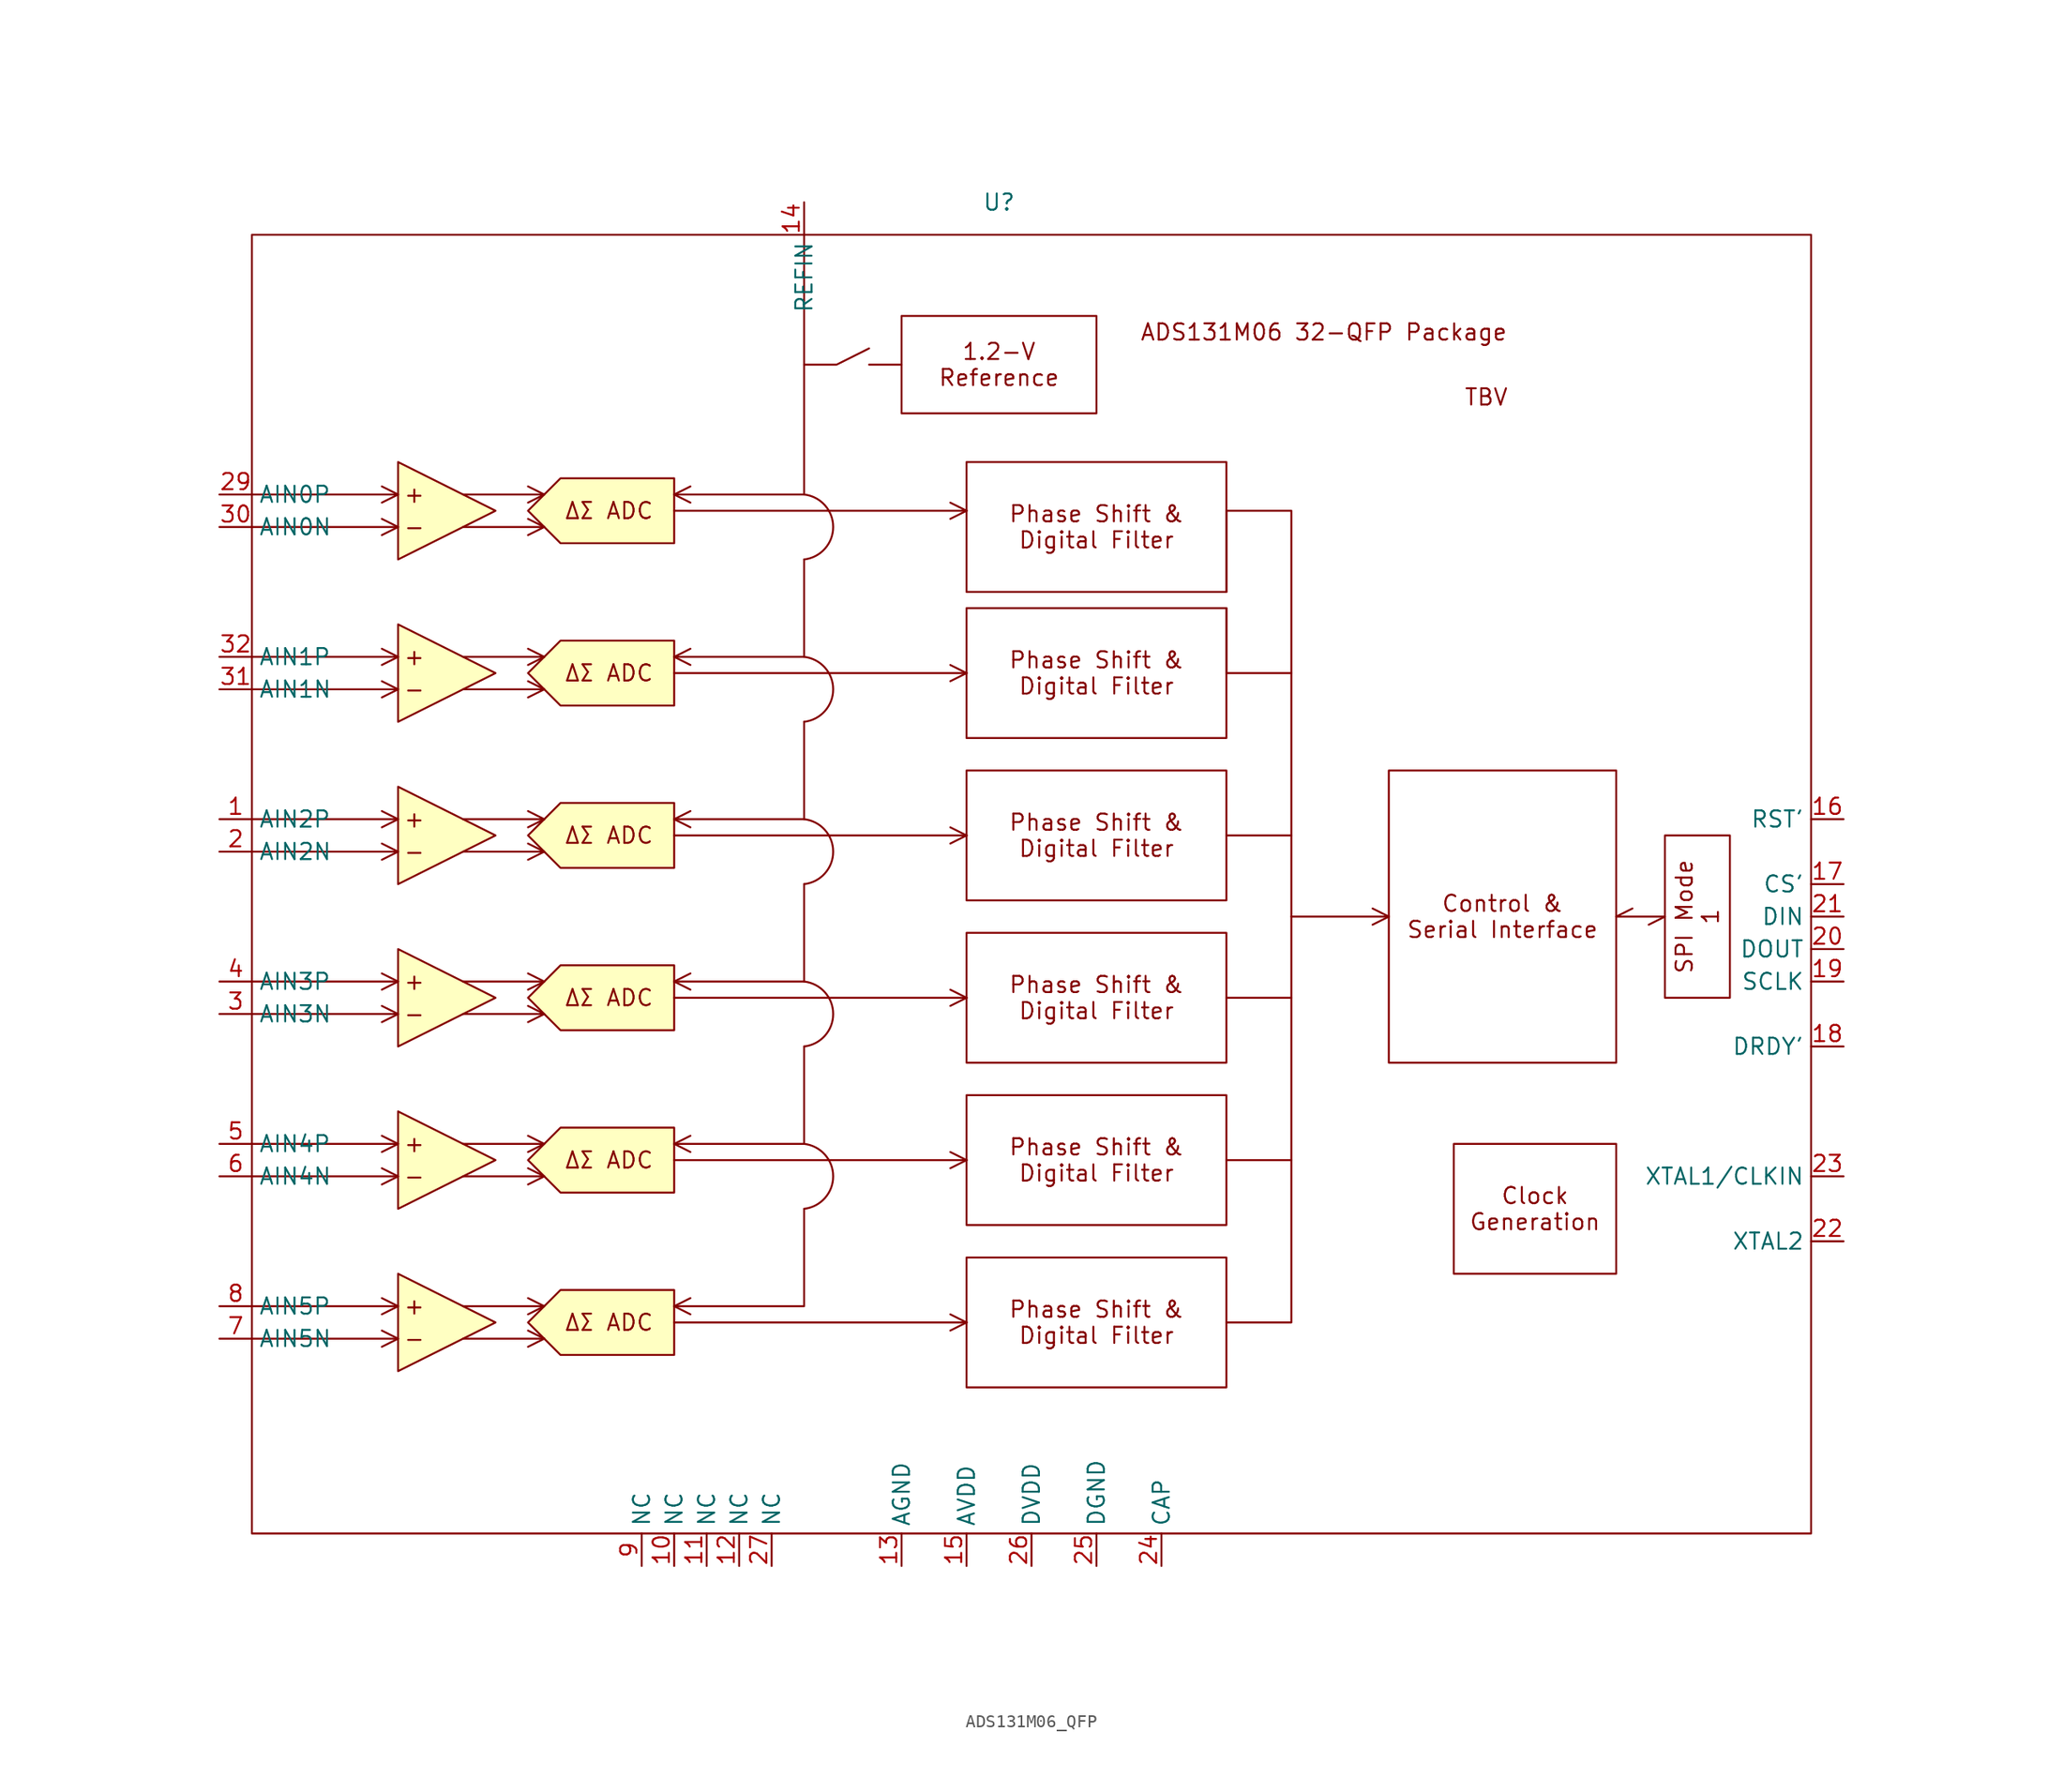
<source format=kicad_sym>
(kicad_symbol_lib
  (version 20220914)
  (generator kicad_symbol_editor)
  (symbol "ADS131M06_QFP"
    (property "Reference" "U"
      (at 30.48 30.48 0)
      (effects (font (size 1.27 1.27))))
    (property "Value" ""
      (at 91.44 -27.94 0)
      (effects (font (size 1.27 1.27))))
    (symbol "ADS131M06_QFP_0_1"
      (polyline (pts (xy 20.32 17.78) (xy 22.86 17.78)) (stroke (width 0) (type default)) (fill (type none)))
      (polyline (pts (xy 15.24 17.78) (xy 17.78 17.78) (xy 20.32 19.05)) (stroke (width 0) (type default)) (fill (type none))))
    (symbol "ADS131M06_QFP_1_1"
      (rectangle (start -27.94 27.94) (end 93.98 -73.66) (stroke (width 0) (type default)) (fill (type none)))
      (polyline (pts (xy -27.94 -58.42) (xy -16.51 -58.42)) (stroke (width 0) (type default)) (fill (type none)))
      (polyline (pts (xy -27.94 -55.88) (xy -16.51 -55.88)) (stroke (width 0) (type default)) (fill (type none)))
      (polyline (pts (xy -27.94 -45.72) (xy -16.51 -45.72)) (stroke (width 0) (type default)) (fill (type none)))
      (polyline (pts (xy -27.94 -43.18) (xy -16.51 -43.18)) (stroke (width 0) (type default)) (fill (type none)))
      (polyline (pts (xy -27.94 -33.02) (xy -16.51 -33.02)) (stroke (width 0) (type default)) (fill (type none)))
      (polyline (pts (xy -27.94 -30.48) (xy -16.51 -30.48)) (stroke (width 0) (type default)) (fill (type none)))
      (polyline (pts (xy -27.94 -20.32) (xy -16.51 -20.32)) (stroke (width 0) (type default)) (fill (type none)))
      (polyline (pts (xy -27.94 -17.78) (xy -16.51 -17.78)) (stroke (width 0) (type default)) (fill (type none)))
      (polyline (pts (xy -27.94 -7.62) (xy -16.51 -7.62)) (stroke (width 0) (type default)) (fill (type none)))
      (polyline (pts (xy -27.94 -5.08) (xy -16.51 -5.08)) (stroke (width 0) (type default)) (fill (type none)))
      (polyline (pts (xy -27.94 5.08) (xy -16.51 5.08)) (stroke (width 0) (type default)) (fill (type none)))
      (polyline (pts (xy -27.94 7.62) (xy -16.51 7.62)) (stroke (width 0) (type default)) (fill (type none)))
      (polyline (pts (xy -16.51 -58.42) (xy -17.78 -59.055)) (stroke (width 0) (type default)) (fill (type color) (color 0 0 0 0)))
      (polyline (pts (xy -16.51 -58.42) (xy -17.78 -57.785)) (stroke (width 0) (type default)) (fill (type color) (color 0 0 0 0)))
      (polyline (pts (xy -16.51 -55.88) (xy -17.78 -56.515)) (stroke (width 0) (type default)) (fill (type color) (color 0 0 0 0)))
      (polyline (pts (xy -16.51 -55.88) (xy -17.78 -55.245)) (stroke (width 0) (type default)) (fill (type color) (color 0 0 0 0)))
      (polyline (pts (xy -16.51 -45.72) (xy -17.78 -46.355)) (stroke (width 0) (type default)) (fill (type color) (color 0 0 0 0)))
      (polyline (pts (xy -16.51 -45.72) (xy -17.78 -45.085)) (stroke (width 0) (type default)) (fill (type color) (color 0 0 0 0)))
      (polyline (pts (xy -16.51 -43.18) (xy -17.78 -43.815)) (stroke (width 0) (type default)) (fill (type color) (color 0 0 0 0)))
      (polyline (pts (xy -16.51 -43.18) (xy -17.78 -42.545)) (stroke (width 0) (type default)) (fill (type color) (color 0 0 0 0)))
      (polyline (pts (xy -16.51 -33.02) (xy -17.78 -33.655)) (stroke (width 0) (type default)) (fill (type color) (color 0 0 0 0)))
      (polyline (pts (xy -16.51 -33.02) (xy -17.78 -32.385)) (stroke (width 0) (type default)) (fill (type color) (color 0 0 0 0)))
      (polyline (pts (xy -16.51 -30.48) (xy -17.78 -31.115)) (stroke (width 0) (type default)) (fill (type color) (color 0 0 0 0)))
      (polyline (pts (xy -16.51 -30.48) (xy -17.78 -29.845)) (stroke (width 0) (type default)) (fill (type color) (color 0 0 0 0)))
      (polyline (pts (xy -16.51 -20.32) (xy -17.78 -20.955)) (stroke (width 0) (type default)) (fill (type color) (color 0 0 0 0)))
      (polyline (pts (xy -16.51 -20.32) (xy -17.78 -19.685)) (stroke (width 0) (type default)) (fill (type color) (color 0 0 0 0)))
      (polyline (pts (xy -16.51 -17.78) (xy -17.78 -18.415)) (stroke (width 0) (type default)) (fill (type color) (color 0 0 0 0)))
      (polyline (pts (xy -16.51 -17.78) (xy -17.78 -17.145)) (stroke (width 0) (type default)) (fill (type color) (color 0 0 0 0)))
      (polyline (pts (xy -16.51 -7.62) (xy -17.78 -8.255)) (stroke (width 0) (type default)) (fill (type color) (color 0 0 0 0)))
      (polyline (pts (xy -16.51 -7.62) (xy -17.78 -6.985)) (stroke (width 0) (type default)) (fill (type color) (color 0 0 0 0)))
      (polyline (pts (xy -16.51 -5.08) (xy -17.78 -5.715)) (stroke (width 0) (type default)) (fill (type color) (color 0 0 0 0)))
      (polyline (pts (xy -16.51 -5.08) (xy -17.78 -4.445)) (stroke (width 0) (type default)) (fill (type color) (color 0 0 0 0)))
      (polyline (pts (xy -16.51 5.08) (xy -17.78 4.445)) (stroke (width 0) (type default)) (fill (type color) (color 0 0 0 0)))
      (polyline (pts (xy -16.51 5.08) (xy -17.78 5.715)) (stroke (width 0) (type default)) (fill (type color) (color 0 0 0 0)))
      (polyline (pts (xy -16.51 7.62) (xy -17.78 6.985)) (stroke (width 0) (type default)) (fill (type color) (color 0 0 0 0)))
      (polyline (pts (xy -16.51 7.62) (xy -17.78 8.255)) (stroke (width 0) (type default)) (fill (type color) (color 0 0 0 0)))
      (polyline (pts (xy -11.43 -58.42) (xy -5.08 -58.42)) (stroke (width 0) (type default)) (fill (type none)))
      (polyline (pts (xy -11.43 -55.88) (xy -5.08 -55.88)) (stroke (width 0) (type default)) (fill (type none)))
      (polyline (pts (xy -11.43 -45.72) (xy -5.08 -45.72)) (stroke (width 0) (type default)) (fill (type none)))
      (polyline (pts (xy -11.43 -43.18) (xy -5.08 -43.18)) (stroke (width 0) (type default)) (fill (type none)))
      (polyline (pts (xy -11.43 -33.02) (xy -5.08 -33.02)) (stroke (width 0) (type default)) (fill (type none)))
      (polyline (pts (xy -11.43 -30.48) (xy -5.08 -30.48)) (stroke (width 0) (type default)) (fill (type none)))
      (polyline (pts (xy -11.43 -20.32) (xy -5.08 -20.32)) (stroke (width 0) (type default)) (fill (type none)))
      (polyline (pts (xy -11.43 -17.78) (xy -5.08 -17.78)) (stroke (width 0) (type default)) (fill (type none)))
      (polyline (pts (xy -11.43 -7.62) (xy -5.08 -7.62)) (stroke (width 0) (type default)) (fill (type none)))
      (polyline (pts (xy -11.43 -5.08) (xy -5.08 -5.08)) (stroke (width 0) (type default)) (fill (type none)))
      (polyline (pts (xy -11.43 5.08) (xy -5.08 5.08)) (stroke (width 0) (type default)) (fill (type none)))
      (polyline (pts (xy -11.43 7.62) (xy -5.08 7.62)) (stroke (width 0) (type default)) (fill (type none)))
      (polyline (pts (xy -5.08 -58.42) (xy -6.35 -59.055)) (stroke (width 0) (type default)) (fill (type color) (color 0 0 0 0)))
      (polyline (pts (xy -5.08 -58.42) (xy -6.35 -57.785)) (stroke (width 0) (type default)) (fill (type color) (color 0 0 0 0)))
      (polyline (pts (xy -5.08 -55.88) (xy -6.35 -56.515)) (stroke (width 0) (type default)) (fill (type color) (color 0 0 0 0)))
      (polyline (pts (xy -5.08 -55.88) (xy -6.35 -55.245)) (stroke (width 0) (type default)) (fill (type color) (color 0 0 0 0)))
      (polyline (pts (xy -5.08 -45.72) (xy -6.35 -46.355)) (stroke (width 0) (type default)) (fill (type color) (color 0 0 0 0)))
      (polyline (pts (xy -5.08 -45.72) (xy -6.35 -45.085)) (stroke (width 0) (type default)) (fill (type color) (color 0 0 0 0)))
      (polyline (pts (xy -5.08 -43.18) (xy -6.35 -43.815)) (stroke (width 0) (type default)) (fill (type color) (color 0 0 0 0)))
      (polyline (pts (xy -5.08 -43.18) (xy -6.35 -42.545)) (stroke (width 0) (type default)) (fill (type color) (color 0 0 0 0)))
      (polyline (pts (xy -5.08 -33.02) (xy -6.35 -33.655)) (stroke (width 0) (type default)) (fill (type color) (color 0 0 0 0)))
      (polyline (pts (xy -5.08 -33.02) (xy -6.35 -32.385)) (stroke (width 0) (type default)) (fill (type color) (color 0 0 0 0)))
      (polyline (pts (xy -5.08 -30.48) (xy -6.35 -31.115)) (stroke (width 0) (type default)) (fill (type color) (color 0 0 0 0)))
      (polyline (pts (xy -5.08 -30.48) (xy -6.35 -29.845)) (stroke (width 0) (type default)) (fill (type color) (color 0 0 0 0)))
      (polyline (pts (xy -5.08 -20.32) (xy -6.35 -20.955)) (stroke (width 0) (type default)) (fill (type color) (color 0 0 0 0)))
      (polyline (pts (xy -5.08 -20.32) (xy -6.35 -19.685)) (stroke (width 0) (type default)) (fill (type color) (color 0 0 0 0)))
      (polyline (pts (xy -5.08 -17.78) (xy -6.35 -18.415)) (stroke (width 0) (type default)) (fill (type color) (color 0 0 0 0)))
      (polyline (pts (xy -5.08 -17.78) (xy -6.35 -17.145)) (stroke (width 0) (type default)) (fill (type color) (color 0 0 0 0)))
      (polyline (pts (xy -5.08 -7.62) (xy -6.35 -8.255)) (stroke (width 0) (type default)) (fill (type color) (color 0 0 0 0)))
      (polyline (pts (xy -5.08 -7.62) (xy -6.35 -6.985)) (stroke (width 0) (type default)) (fill (type color) (color 0 0 0 0)))
      (polyline (pts (xy -5.08 -5.08) (xy -6.35 -5.715)) (stroke (width 0) (type default)) (fill (type color) (color 0 0 0 0)))
      (polyline (pts (xy -5.08 -5.08) (xy -6.35 -4.445)) (stroke (width 0) (type default)) (fill (type color) (color 0 0 0 0)))
      (polyline (pts (xy -5.08 5.08) (xy -6.35 4.445)) (stroke (width 0) (type default)) (fill (type color) (color 0 0 0 0)))
      (polyline (pts (xy -5.08 5.08) (xy -6.35 5.715)) (stroke (width 0) (type default)) (fill (type color) (color 0 0 0 0)))
      (polyline (pts (xy -5.08 7.62) (xy -6.35 6.985)) (stroke (width 0) (type default)) (fill (type color) (color 0 0 0 0)))
      (polyline (pts (xy -5.08 7.62) (xy -6.35 8.255)) (stroke (width 0) (type default)) (fill (type color) (color 0 0 0 0)))
      (polyline (pts (xy 5.08 -57.15) (xy 27.94 -57.15)) (stroke (width 0) (type default)) (fill (type color) (color 0 0 0 0)))
      (polyline (pts (xy 5.08 -55.88) (xy 6.35 -56.515)) (stroke (width 0) (type default)) (fill (type color) (color 0 0 0 0)))
      (polyline (pts (xy 5.08 -55.88) (xy 6.35 -55.245)) (stroke (width 0) (type default)) (fill (type color) (color 0 0 0 0)))
      (polyline (pts (xy 5.08 -44.45) (xy 27.94 -44.45)) (stroke (width 0) (type default)) (fill (type color) (color 0 0 0 0)))
      (polyline (pts (xy 5.08 -43.18) (xy 6.35 -43.815)) (stroke (width 0) (type default)) (fill (type color) (color 0 0 0 0)))
      (polyline (pts (xy 5.08 -43.18) (xy 6.35 -42.545)) (stroke (width 0) (type default)) (fill (type color) (color 0 0 0 0)))
      (polyline (pts (xy 5.08 -31.75) (xy 27.94 -31.75)) (stroke (width 0) (type default)) (fill (type color) (color 0 0 0 0)))
      (polyline (pts (xy 5.08 -30.48) (xy 6.35 -31.115)) (stroke (width 0) (type default)) (fill (type color) (color 0 0 0 0)))
      (polyline (pts (xy 5.08 -30.48) (xy 6.35 -29.845)) (stroke (width 0) (type default)) (fill (type color) (color 0 0 0 0)))
      (polyline (pts (xy 5.08 -19.05) (xy 27.94 -19.05)) (stroke (width 0) (type default)) (fill (type color) (color 0 0 0 0)))
      (polyline (pts (xy 5.08 -17.78) (xy 6.35 -18.415)) (stroke (width 0) (type default)) (fill (type color) (color 0 0 0 0)))
      (polyline (pts (xy 5.08 -17.78) (xy 6.35 -17.145)) (stroke (width 0) (type default)) (fill (type color) (color 0 0 0 0)))
      (polyline (pts (xy 5.08 -6.35) (xy 27.94 -6.35)) (stroke (width 0) (type default)) (fill (type color) (color 0 0 0 0)))
      (polyline (pts (xy 5.08 -5.08) (xy 6.35 -5.715)) (stroke (width 0) (type default)) (fill (type color) (color 0 0 0 0)))
      (polyline (pts (xy 5.08 -5.08) (xy 6.35 -4.445)) (stroke (width 0) (type default)) (fill (type color) (color 0 0 0 0)))
      (polyline (pts (xy 5.08 6.35) (xy 27.94 6.35)) (stroke (width 0) (type default)) (fill (type color) (color 0 0 0 0)))
      (polyline (pts (xy 5.08 7.62) (xy 6.35 6.985)) (stroke (width 0) (type default)) (fill (type color) (color 0 0 0 0)))
      (polyline (pts (xy 5.08 7.62) (xy 6.35 8.255)) (stroke (width 0) (type default)) (fill (type color) (color 0 0 0 0)))
      (polyline (pts (xy 27.94 -57.15) (xy 26.67 -57.785)) (stroke (width 0) (type default)) (fill (type color) (color 0 0 0 0)))
      (polyline (pts (xy 27.94 -57.15) (xy 26.67 -56.515)) (stroke (width 0) (type default)) (fill (type color) (color 0 0 0 0)))
      (polyline (pts (xy 27.94 -44.45) (xy 26.67 -45.085)) (stroke (width 0) (type default)) (fill (type color) (color 0 0 0 0)))
      (polyline (pts (xy 27.94 -44.45) (xy 26.67 -43.815)) (stroke (width 0) (type default)) (fill (type color) (color 0 0 0 0)))
      (polyline (pts (xy 27.94 -31.75) (xy 26.67 -32.385)) (stroke (width 0) (type default)) (fill (type color) (color 0 0 0 0)))
      (polyline (pts (xy 27.94 -31.75) (xy 26.67 -31.115)) (stroke (width 0) (type default)) (fill (type color) (color 0 0 0 0)))
      (polyline (pts (xy 27.94 -19.05) (xy 26.67 -19.685)) (stroke (width 0) (type default)) (fill (type color) (color 0 0 0 0)))
      (polyline (pts (xy 27.94 -19.05) (xy 26.67 -18.415)) (stroke (width 0) (type default)) (fill (type color) (color 0 0 0 0)))
      (polyline (pts (xy 27.94 -6.35) (xy 26.67 -6.985)) (stroke (width 0) (type default)) (fill (type color) (color 0 0 0 0)))
      (polyline (pts (xy 27.94 -6.35) (xy 26.67 -5.715)) (stroke (width 0) (type default)) (fill (type color) (color 0 0 0 0)))
      (polyline (pts (xy 27.94 6.35) (xy 26.67 5.715)) (stroke (width 0) (type default)) (fill (type color) (color 0 0 0 0)))
      (polyline (pts (xy 27.94 6.35) (xy 26.67 6.985)) (stroke (width 0) (type default)) (fill (type color) (color 0 0 0 0)))
      (polyline (pts (xy 48.26 -1.27) (xy 48.26 -6.35)) (stroke (width 0) (type default)) (fill (type color) (color 0 0 0 0)))
      (polyline (pts (xy 48.26 6.35) (xy 48.26 0)) (stroke (width 0) (type default)) (fill (type color) (color 0 0 0 0)))
      (polyline (pts (xy 53.34 -25.4) (xy 60.96 -25.4)) (stroke (width 0) (type default)) (fill (type color) (color 0 0 0 0)))
      (polyline (pts (xy 60.96 -25.4) (xy 59.69 -26.035)) (stroke (width 0) (type default)) (fill (type color) (color 0 0 0 0)))
      (polyline (pts (xy 60.96 -25.4) (xy 59.69 -24.765)) (stroke (width 0) (type default)) (fill (type color) (color 0 0 0 0)))
      (polyline (pts (xy 78.74 -25.4) (xy 80.01 -24.765)) (stroke (width 0) (type default)) (fill (type color) (color 0 0 0 0)))
      (polyline (pts (xy 82.55 -25.4) (xy 78.74 -25.4)) (stroke (width 0) (type default)) (fill (type color) (color 0 0 0 0)))
      (polyline (pts (xy 82.55 -25.4) (xy 81.28 -26.035)) (stroke (width 0) (type default)) (fill (type color) (color 0 0 0 0)))
      (polyline (pts (xy 15.24 -48.26) (xy 15.24 -55.88) (xy 5.08 -55.88)) (stroke (width 0) (type default)) (fill (type color) (color 0 0 0 0)))
      (polyline (pts (xy 15.24 -35.56) (xy 15.24 -43.18) (xy 5.08 -43.18)) (stroke (width 0) (type default)) (fill (type color) (color 0 0 0 0)))
      (polyline (pts (xy 15.24 -22.86) (xy 15.24 -30.48) (xy 5.08 -30.48)) (stroke (width 0) (type default)) (fill (type color) (color 0 0 0 0)))
      (polyline (pts (xy 15.24 -10.16) (xy 15.24 -17.78) (xy 5.08 -17.78)) (stroke (width 0) (type default)) (fill (type color) (color 0 0 0 0)))
      (polyline (pts (xy 15.24 2.54) (xy 15.24 -5.08) (xy 5.08 -5.08)) (stroke (width 0) (type default)) (fill (type color) (color 0 0 0 0)))
      (polyline (pts (xy 15.24 27.94) (xy 15.24 7.62) (xy 5.08 7.62)) (stroke (width 0) (type default)) (fill (type color) (color 0 0 0 0)))
      (polyline (pts (xy 48.26 -57.15) (xy 53.34 -57.15) (xy 53.34 -44.45)) (stroke (width 0) (type default)) (fill (type none)))
      (polyline (pts (xy 48.26 -44.45) (xy 53.34 -44.45) (xy 53.34 -31.75)) (stroke (width 0) (type default)) (fill (type none)))
      (polyline (pts (xy 48.26 -31.75) (xy 53.34 -31.75) (xy 53.34 -19.05)) (stroke (width 0) (type default)) (fill (type none)))
      (polyline (pts (xy 48.26 -19.05) (xy 53.34 -19.05) (xy 53.34 -6.35)) (stroke (width 0) (type default)) (fill (type none)))
      (polyline (pts (xy -16.51 -60.96) (xy -8.89 -57.15) (xy -16.51 -53.34) (xy -16.51 -60.96)) (stroke (width 0) (type default)) (fill (type background)))
      (polyline (pts (xy -16.51 -48.26) (xy -8.89 -44.45) (xy -16.51 -40.64) (xy -16.51 -48.26)) (stroke (width 0) (type default)) (fill (type background)))
      (polyline (pts (xy -16.51 -35.56) (xy -8.89 -31.75) (xy -16.51 -27.94) (xy -16.51 -35.56)) (stroke (width 0) (type default)) (fill (type background)))
      (polyline (pts (xy -16.51 -22.86) (xy -8.89 -19.05) (xy -16.51 -15.24) (xy -16.51 -22.86)) (stroke (width 0) (type default)) (fill (type background)))
      (polyline (pts (xy -16.51 -10.16) (xy -8.89 -6.35) (xy -16.51 -2.54) (xy -16.51 -10.16)) (stroke (width 0) (type default)) (fill (type background)))
      (polyline (pts (xy -16.51 2.54) (xy -8.89 6.35) (xy -16.51 10.16) (xy -16.51 2.54)) (stroke (width 0) (type default)) (fill (type background)))
      (polyline (pts (xy 48.26 6.35) (xy 53.34 6.35) (xy 53.34 -6.35) (xy 48.26 -6.35)) (stroke (width 0) (type default)) (fill (type color) (color 0 0 0 0)))
      (polyline (pts (xy -6.35 -57.15) (xy -3.81 -54.61) (xy 5.08 -54.61) (xy 5.08 -59.69) (xy -3.81 -59.69) (xy -6.35 -57.15)) (stroke (width 0) (type default)) (fill (type background)))
      (polyline (pts (xy -6.35 -44.45) (xy -3.81 -41.91) (xy 5.08 -41.91) (xy 5.08 -46.99) (xy -3.81 -46.99) (xy -6.35 -44.45)) (stroke (width 0) (type default)) (fill (type background)))
      (polyline (pts (xy -6.35 -31.75) (xy -3.81 -29.21) (xy 5.08 -29.21) (xy 5.08 -34.29) (xy -3.81 -34.29) (xy -6.35 -31.75)) (stroke (width 0) (type default)) (fill (type background)))
      (polyline (pts (xy -6.35 -19.05) (xy -3.81 -16.51) (xy 5.08 -16.51) (xy 5.08 -21.59) (xy -3.81 -21.59) (xy -6.35 -19.05)) (stroke (width 0) (type default)) (fill (type background)))
      (polyline (pts (xy -6.35 -6.35) (xy -3.81 -3.81) (xy 5.08 -3.81) (xy 5.08 -8.89) (xy -3.81 -8.89) (xy -6.35 -6.35)) (stroke (width 0) (type default)) (fill (type background)))
      (polyline (pts (xy -6.35 6.35) (xy -3.81 8.89) (xy 5.08 8.89) (xy 5.08 3.81) (xy -3.81 3.81) (xy -6.35 6.35)) (stroke (width 0) (type default)) (fill (type background)))
      (arc (start 15.24 -48.26) (mid 17.5127 -45.72) (end 15.24 -43.18) (stroke (width 0) (type default)) (fill (type color) (color 0 0 0 0)))
      (arc (start 15.24 -35.56) (mid 17.5127 -33.02) (end 15.24 -30.48) (stroke (width 0) (type default)) (fill (type color) (color 0 0 0 0)))
      (arc (start 15.24 -22.86) (mid 17.5127 -20.32) (end 15.24 -17.78) (stroke (width 0) (type default)) (fill (type color) (color 0 0 0 0)))
      (arc (start 15.24 -10.16) (mid 17.5127 -7.62) (end 15.24 -5.08) (stroke (width 0) (type default)) (fill (type color) (color 0 0 0 0)))
      (arc (start 15.24 2.54) (mid 17.5127 5.08) (end 15.24 7.62) (stroke (width 0) (type default)) (fill (type color) (color 0 0 0 0)))
      (text "+" (at -15.24 -55.88 0) (effects (font (size 1.27 1.27))))
      (text "+" (at -15.24 -43.18 0) (effects (font (size 1.27 1.27))))
      (text "+" (at -15.24 -30.48 0) (effects (font (size 1.27 1.27))))
      (text "+" (at -15.24 -17.78 0) (effects (font (size 1.27 1.27))))
      (text "+" (at -15.24 -5.08 0) (effects (font (size 1.27 1.27))))
      (text "+" (at -15.24 7.62 0) (effects (font (size 1.27 1.27))))
      (text "-" (at -15.24 -58.42 0) (effects (font (size 1.27 1.27))))
      (text "-" (at -15.24 -45.72 0) (effects (font (size 1.27 1.27))))
      (text "-" (at -15.24 -33.02 0) (effects (font (size 1.27 1.27))))
      (text "-" (at -15.24 -20.32 0) (effects (font (size 1.27 1.27))))
      (text "-" (at -15.24 -7.62 0) (effects (font (size 1.27 1.27))))
      (text "-" (at -15.24 5.08 0) (effects (font (size 1.27 1.27))))
      (text "ADS131M06 32-QFP Package" (at 55.88 20.32 0) (effects (font (size 1.27 1.27))))
      (text "TBV" (at 68.58 15.24 0) (effects (font (size 1.27 1.27))))
      (text "ΔΣ ADC" (at 0 -57.15 0) (effects (font (size 1.27 1.27))))
      (text "ΔΣ ADC" (at 0 -44.45 0) (effects (font (size 1.27 1.27))))
      (text "ΔΣ ADC" (at 0 -31.75 0) (effects (font (size 1.27 1.27))))
      (text "ΔΣ ADC" (at 0 -19.05 0) (effects (font (size 1.27 1.27))))
      (text "ΔΣ ADC" (at 0 -6.35 0) (effects (font (size 1.27 1.27))))
      (text "ΔΣ ADC" (at 0 6.35 0) (effects (font (size 1.27 1.27))))
      (text_box "1.2-V\nReference" (at 22.86 21.59 0) (size 15.24 -7.62) (stroke (width 0) (type default)) (fill (type color) (color 0 0 0 0)) (effects (font (size 1.27 1.27))))
      (text_box "Clock\nGeneration" (at 66.04 -43.18 0) (size 12.7 -10.16) (stroke (width 0) (type default)) (fill (type color) (color 0 0 0 0)) (effects (font (size 1.27 1.27))))
      (text_box "Control &\nSerial Interface" (at 60.96 -13.97 0) (size 17.78 -22.86) (stroke (width 0) (type default)) (fill (type color) (color 0 0 0 0)) (effects (font (size 1.27 1.27))))
      (text_box "Phase Shift &\nDigital Filter" (at 27.94 -52.07 0) (size 20.32 -10.16) (stroke (width 0) (type default)) (fill (type color) (color 0 0 0 0)) (effects (font (size 1.27 1.27))))
      (text_box "Phase Shift &\nDigital Filter" (at 27.94 -39.37 0) (size 20.32 -10.16) (stroke (width 0) (type default)) (fill (type color) (color 0 0 0 0)) (effects (font (size 1.27 1.27))))
      (text_box "Phase Shift &\nDigital Filter" (at 27.94 -26.67 0) (size 20.32 -10.16) (stroke (width 0) (type default)) (fill (type color) (color 0 0 0 0)) (effects (font (size 1.27 1.27))))
      (text_box "Phase Shift &\nDigital Filter" (at 27.94 -13.97 0) (size 20.32 -10.16) (stroke (width 0) (type default)) (fill (type color) (color 0 0 0 0)) (effects (font (size 1.27 1.27))))
      (text_box "Phase Shift &\nDigital Filter" (at 27.94 -1.27 0) (size 20.32 -10.16) (stroke (width 0) (type default)) (fill (type color) (color 0 0 0 0)) (effects (font (size 1.27 1.27))))
      (text_box "Phase Shift &\nDigital Filter" (at 27.94 10.16 0) (size 20.32 -10.16) (stroke (width 0) (type default)) (fill (type color) (color 0 0 0 0)) (effects (font (size 1.27 1.27))))
      (text_box "SPI Mode 1" (at 82.55 -19.05 90) (size 5.08 -12.7) (stroke (width 0) (type default)) (fill (type color) (color 0 0 0 0)) (effects (font (size 1.27 1.27))))
      (pin input line (at -30.48 -17.78 0) (length 2.54) (name "AIN2P" (effects (font (size 1.27 1.27)))) (number "1" (effects (font (size 1.27 1.27)))))
      (pin input line (at 5.08 -76.2 90) (length 2.54) (name "NC" (effects (font (size 1.27 1.27)))) (number "10" (effects (font (size 1.27 1.27)))))
      (pin input line (at 7.62 -76.2 90) (length 2.54) (name "NC" (effects (font (size 1.27 1.27)))) (number "11" (effects (font (size 1.27 1.27)))))
      (pin input line (at 10.16 -76.2 90) (length 2.54) (name "NC" (effects (font (size 1.27 1.27)))) (number "12" (effects (font (size 1.27 1.27)))))
      (pin input line (at 22.86 -76.2 90) (length 2.54) (name "AGND" (effects (font (size 1.27 1.27)))) (number "13" (effects (font (size 1.27 1.27)))))
      (pin input line (at 15.24 30.48 270) (length 2.54) (name "REFIN" (effects (font (size 1.27 1.27)))) (number "14" (effects (font (size 1.27 1.27)))))
      (pin input line (at 27.94 -76.2 90) (length 2.54) (name "AVDD" (effects (font (size 1.27 1.27)))) (number "15" (effects (font (size 1.27 1.27)))))
      (pin input line (at 96.52 -17.78 180) (length 2.54) (name "RST'" (effects (font (size 1.27 1.27)))) (number "16" (effects (font (size 1.27 1.27)))))
      (pin input line (at 96.52 -22.86 180) (length 2.54) (name "CS'" (effects (font (size 1.27 1.27)))) (number "17" (effects (font (size 1.27 1.27)))))
      (pin input line (at 96.52 -35.56 180) (length 2.54) (name "DRDY'" (effects (font (size 1.27 1.27)))) (number "18" (effects (font (size 1.27 1.27)))))
      (pin input line (at 96.52 -30.48 180) (length 2.54) (name "SCLK" (effects (font (size 1.27 1.27)))) (number "19" (effects (font (size 1.27 1.27)))))
      (pin input line (at -30.48 -20.32 0) (length 2.54) (name "AIN2N" (effects (font (size 1.27 1.27)))) (number "2" (effects (font (size 1.27 1.27)))))
      (pin input line (at 96.52 -27.94 180) (length 2.54) (name "DOUT" (effects (font (size 1.27 1.27)))) (number "20" (effects (font (size 1.27 1.27)))))
      (pin input line (at 96.52 -25.4 180) (length 2.54) (name "DIN" (effects (font (size 1.27 1.27)))) (number "21" (effects (font (size 1.27 1.27)))))
      (pin input line (at 96.52 -50.8 180) (length 2.54) (name "XTAL2" (effects (font (size 1.27 1.27)))) (number "22" (effects (font (size 1.27 1.27)))))
      (pin input line (at 96.52 -45.72 180) (length 2.54) (name "XTAL1/CLKIN" (effects (font (size 1.27 1.27)))) (number "23" (effects (font (size 1.27 1.27)))))
      (pin input line (at 43.18 -76.2 90) (length 2.54) (name "CAP" (effects (font (size 1.27 1.27)))) (number "24" (effects (font (size 1.27 1.27)))))
      (pin input line (at 38.1 -76.2 90) (length 2.54) (name "DGND" (effects (font (size 1.27 1.27)))) (number "25" (effects (font (size 1.27 1.27)))))
      (pin input line (at 33.02 -76.2 90) (length 2.54) (name "DVDD" (effects (font (size 1.27 1.27)))) (number "26" (effects (font (size 1.27 1.27)))))
      (pin input line (at 12.7 -76.2 90) (length 2.54) (name "NC" (effects (font (size 1.27 1.27)))) (number "27" (effects (font (size 1.27 1.27)))))
      (pin input line (at 22.86 -76.2 90) (length 2.54) hide (name "AGND" (effects (font (size 1.27 1.27)))) (number "28" (effects (font (size 1.27 1.27)))))
      (pin input line (at -30.48 7.62 0) (length 2.54) (name "AIN0P" (effects (font (size 1.27 1.27)))) (number "29" (effects (font (size 1.27 1.27)))))
      (pin input line (at -30.48 -33.02 0) (length 2.54) (name "AIN3N" (effects (font (size 1.27 1.27)))) (number "3" (effects (font (size 1.27 1.27)))))
      (pin input line (at -30.48 5.08 0) (length 2.54) (name "AIN0N" (effects (font (size 1.27 1.27)))) (number "30" (effects (font (size 1.27 1.27)))))
      (pin input line (at -30.48 -7.62 0) (length 2.54) (name "AIN1N" (effects (font (size 1.27 1.27)))) (number "31" (effects (font (size 1.27 1.27)))))
      (pin input line (at -30.48 -5.08 0) (length 2.54) (name "AIN1P" (effects (font (size 1.27 1.27)))) (number "32" (effects (font (size 1.27 1.27)))))
      (pin input line (at -30.48 -30.48 0) (length 2.54) (name "AIN3P" (effects (font (size 1.27 1.27)))) (number "4" (effects (font (size 1.27 1.27)))))
      (pin input line (at -30.48 -43.18 0) (length 2.54) (name "AIN4P" (effects (font (size 1.27 1.27)))) (number "5" (effects (font (size 1.27 1.27)))))
      (pin input line (at -30.48 -45.72 0) (length 2.54) (name "AIN4N" (effects (font (size 1.27 1.27)))) (number "6" (effects (font (size 1.27 1.27)))))
      (pin input line (at -30.48 -58.42 0) (length 2.54) (name "AIN5N" (effects (font (size 1.27 1.27)))) (number "7" (effects (font (size 1.27 1.27)))))
      (pin input line (at -30.48 -55.88 0) (length 2.54) (name "AIN5P" (effects (font (size 1.27 1.27)))) (number "8" (effects (font (size 1.27 1.27)))))
      (pin input line (at 2.54 -76.2 90) (length 2.54) (name "NC" (effects (font (size 1.27 1.27)))) (number "9" (effects (font (size 1.27 1.27))))))))
</source>
